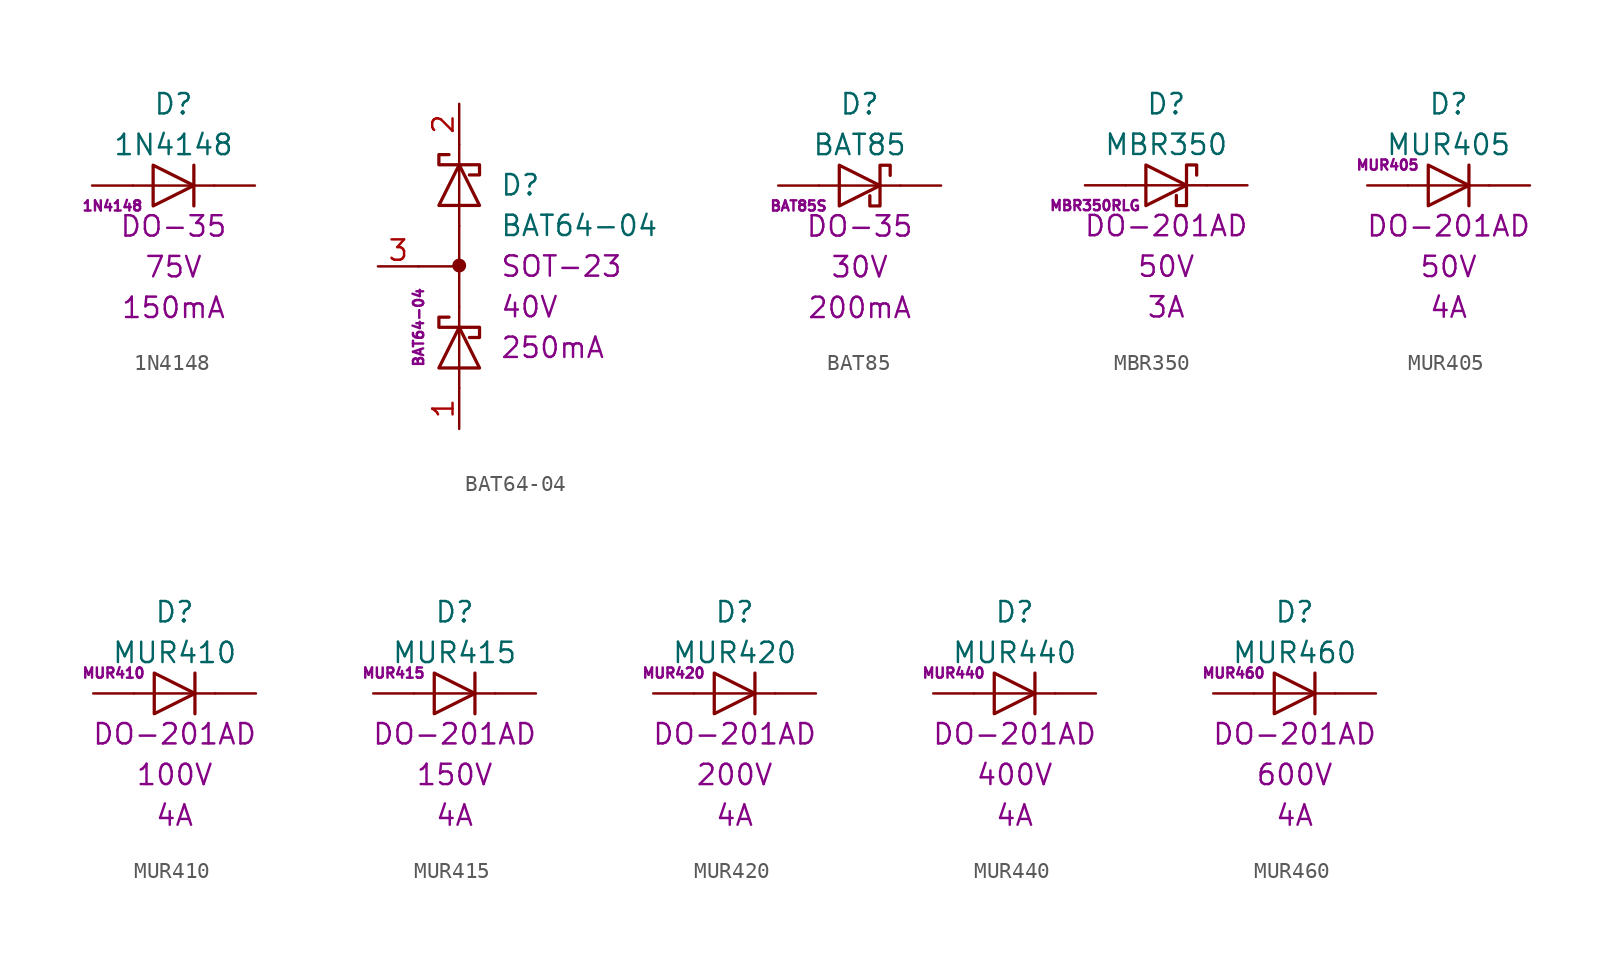
<source format=kicad_sym>
(kicad_symbol_lib
  (version 20201005)
  (generator kicad_symbol_editor)
  (symbol "D:1N4148"
    (pin_numbers hide)
    (pin_names
      (offset 1.016) hide)
    (property "Reference" "D"
      (at 0 5.08 0)
      (effects (font (size 1.27 1.27))))
    (property "Value" "1N4148"
      (at 0 2.54 0)
      (effects (font (size 1.27 1.27))))
    (property "Package" "DO-35"
      (at 0 -2.54 0)
      (effects (font (size 1.27 1.27))))
    (property "Voltage" "75V"
      (at 0 -5.08 0)
      (effects (font (size 1.27 1.27))))
    (property "Current" "150mA"
      (at 0 -7.62 0)
      (effects (font (size 1.27 1.27))))
    (property "MPN" "1N4148"
      (at -3.81 -1.27 0)
      (effects (font (size 0.635 0.635))))
    (symbol "1N4148_0_1"
      (polyline (pts (xy -2.54 0) (xy -1.27 0)) (stroke (width 0)) (fill (type none)))
      (polyline (pts (xy -1.27 0) (xy 1.27 0)) (stroke (width 0)) (fill (type none)))
      (polyline (pts (xy 1.27 1.27) (xy 1.27 -1.27)) (stroke (width 0.203)) (fill (type none)))
      (polyline (pts (xy 2.54 0) (xy 1.27 0)) (stroke (width 0)) (fill (type none)))
      (polyline (pts (xy -1.27 1.27) (xy -1.27 -1.27) (xy 1.27 0) (xy -1.27 1.27)) (stroke (width 0.203)) (fill (type none))))
    (symbol "1N4148_1_1"
      (pin passive line (at 5.08 0 180) (length 2.54) (name "K" (effects (font (size 1.27 1.27)))) (number "1" (effects (font (size 1.27 1.27)))))
      (pin passive line (at -5.08 0 0) (length 2.54) (name "A" (effects (font (size 1.27 1.27)))) (number "2" (effects (font (size 1.27 1.27)))))))
  (symbol "D:BAT64-04"
    (pin_names
      (offset 1.016) hide)
    (property "Reference" "D"
      (at 2.54 5.08 0)
      (effects (font (size 1.27 1.27)) (justify left)))
    (property "Value" "BAT64-04"
      (at 2.54 2.54 0)
      (effects (font (size 1.27 1.27)) (justify left)))
    (property "Package" "SOT-23"
      (at 2.54 0 0)
      (effects (font (size 1.27 1.27)) (justify left)))
    (property "Voltage" "40V"
      (at 2.54 -2.54 0)
      (effects (font (size 1.27 1.27)) (justify left)))
    (property "Current" "250mA"
      (at 2.54 -5.08 0)
      (effects (font (size 1.27 1.27)) (justify left)))
    (property "MPN" "BAT64-04"
      (at -2.54 -3.81 90)
      (effects (font (size 0.635 0.635))))
    (symbol "BAT64-04_0_1"
      (circle (center 0 0.051) (radius 0.356) (stroke (width 0.152)) (fill (type outline)))
      (polyline (pts (xy -2.54 0) (xy 0 0)) (stroke (width 0.152)) (fill (type none)))
      (polyline (pts (xy 0 -7.62) (xy 0 -6.35)) (stroke (width 0)) (fill (type none)))
      (polyline (pts (xy 0 -6.35) (xy 0 -3.81)) (stroke (width 0)) (fill (type none)))
      (polyline (pts (xy 0 -2.54) (xy 0 -3.81)) (stroke (width 0)) (fill (type none)))
      (polyline (pts (xy 0 -2.54) (xy 0 2.54)) (stroke (width 0.152)) (fill (type none)))
      (polyline (pts (xy 0 2.54) (xy 0 3.81)) (stroke (width 0)) (fill (type none)))
      (polyline (pts (xy 0 3.81) (xy 0 6.35)) (stroke (width 0)) (fill (type none)))
      (polyline (pts (xy 0 7.62) (xy 0 6.35)) (stroke (width 0)) (fill (type none)))
      (polyline (pts (xy -1.27 -6.35) (xy 1.27 -6.35) (xy 0 -3.81) (xy -1.27 -6.35)) (stroke (width 0.203)) (fill (type none)))
      (polyline (pts (xy -1.27 3.81) (xy 1.27 3.81) (xy 0 6.35) (xy -1.27 3.81)) (stroke (width 0.203)) (fill (type none)))
      (polyline (pts (xy -0.635 -3.175) (xy -1.27 -3.175) (xy -1.27 -3.81) (xy 1.27 -3.81) (xy 1.27 -4.445) (xy 0.635 -4.445)) (stroke (width 0.203)) (fill (type none)))
      (polyline (pts (xy -0.635 6.985) (xy -1.27 6.985) (xy -1.27 6.35) (xy 1.27 6.35) (xy 1.27 5.715) (xy 0.635 5.715)) (stroke (width 0.203)) (fill (type none))))
    (symbol "BAT64-04_1_1"
      (pin passive line (at 0 -10.16 90) (length 2.54) (name "A" (effects (font (size 1.27 1.27)))) (number "1" (effects (font (size 1.27 1.27)))))
      (pin passive line (at 0 10.16 270) (length 2.54) (name "K" (effects (font (size 1.27 1.27)))) (number "2" (effects (font (size 1.27 1.27)))))
      (pin passive line (at -5.08 0 0) (length 2.54) (name "M" (effects (font (size 1.27 1.27)))) (number "3" (effects (font (size 1.27 1.27)))))))
  (symbol "D:BAT85"
    (pin_numbers hide)
    (pin_names
      (offset 1.016) hide)
    (property "Reference" "D"
      (at 0 5.08 0)
      (effects (font (size 1.27 1.27))))
    (property "Value" "BAT85"
      (at 0 2.54 0)
      (effects (font (size 1.27 1.27))))
    (property "Package" "DO-35"
      (at 0 -2.54 0)
      (effects (font (size 1.27 1.27))))
    (property "Voltage" "30V"
      (at 0 -5.08 0)
      (effects (font (size 1.27 1.27))))
    (property "Current" "200mA"
      (at 0 -7.62 0)
      (effects (font (size 1.27 1.27))))
    (property "MPN" "BAT85S"
      (at -3.81 -1.27 0)
      (effects (font (size 0.635 0.635))))
    (symbol "BAT85_0_1"
      (polyline (pts (xy -2.54 0) (xy -1.27 0)) (stroke (width 0)) (fill (type none)))
      (polyline (pts (xy -1.27 0) (xy 1.27 0)) (stroke (width 0)) (fill (type none)))
      (polyline (pts (xy 2.54 0) (xy 1.27 0)) (stroke (width 0)) (fill (type none)))
      (polyline (pts (xy -1.27 1.27) (xy -1.27 -1.27) (xy 1.27 0) (xy -1.27 1.27)) (stroke (width 0.203)) (fill (type none)))
      (polyline (pts (xy 1.905 0.635) (xy 1.905 1.27) (xy 1.27 1.27) (xy 1.27 -1.27) (xy 0.635 -1.27) (xy 0.635 -0.635)) (stroke (width 0.203)) (fill (type none))))
    (symbol "BAT85_1_1"
      (pin passive line (at 5.08 0 180) (length 2.54) (name "K" (effects (font (size 1.27 1.27)))) (number "1" (effects (font (size 1.27 1.27)))))
      (pin passive line (at -5.08 0 0) (length 2.54) (name "A" (effects (font (size 1.27 1.27)))) (number "2" (effects (font (size 1.27 1.27)))))))
  (symbol "D:MBR350"
    (pin_numbers hide)
    (pin_names
      (offset 1.016) hide)
    (property "Reference" "D"
      (at 0 5.08 0)
      (effects (font (size 1.27 1.27))))
    (property "Value" "MBR350"
      (at 0 2.54 0)
      (effects (font (size 1.27 1.27))))
    (property "Package" "DO-201AD"
      (at 0 -2.54 0)
      (effects (font (size 1.27 1.27))))
    (property "Voltage" "50V"
      (at 0 -5.08 0)
      (effects (font (size 1.27 1.27))))
    (property "Current" "3A"
      (at 0 -7.62 0)
      (effects (font (size 1.27 1.27))))
    (property "MPN" "MBR350RLG"
      (at -4.445 -1.27 0)
      (effects (font (size 0.635 0.635))))
    (symbol "MBR350_0_1"
      (polyline (pts (xy -2.54 0) (xy -1.27 0)) (stroke (width 0)) (fill (type none)))
      (polyline (pts (xy -1.27 0) (xy 1.27 0)) (stroke (width 0)) (fill (type none)))
      (polyline (pts (xy 2.54 0) (xy 1.27 0)) (stroke (width 0)) (fill (type none)))
      (polyline (pts (xy -1.27 1.27) (xy -1.27 -1.27) (xy 1.27 0) (xy -1.27 1.27)) (stroke (width 0.203)) (fill (type none)))
      (polyline (pts (xy 1.905 0.635) (xy 1.905 1.27) (xy 1.27 1.27) (xy 1.27 -1.27) (xy 0.635 -1.27) (xy 0.635 -0.635)) (stroke (width 0.203)) (fill (type none))))
    (symbol "MBR350_1_1"
      (pin passive line (at 5.08 0 180) (length 2.54) (name "K" (effects (font (size 1.27 1.27)))) (number "1" (effects (font (size 1.27 1.27)))))
      (pin passive line (at -5.08 0 0) (length 2.54) (name "A" (effects (font (size 1.27 1.27)))) (number "2" (effects (font (size 1.27 1.27)))))))
  (symbol "D:MUR405"
    (pin_numbers hide)
    (pin_names
      (offset 1.016) hide)
    (property "Reference" "D"
      (at 0 5.08 0)
      (effects (font (size 1.27 1.27))))
    (property "Value" "MUR405"
      (at 0 2.54 0)
      (effects (font (size 1.27 1.27))))
    (property "Package" "DO-201AD"
      (at 0 -2.54 0)
      (effects (font (size 1.27 1.27))))
    (property "Voltage" "50V"
      (at 0 -5.08 0)
      (effects (font (size 1.27 1.27))))
    (property "Current" "4A"
      (at 0 -7.62 0)
      (effects (font (size 1.27 1.27))))
    (property "MPN" "MUR405"
      (at -3.81 1.27 0)
      (effects (font (size 0.635 0.635))))
    (symbol "MUR405_0_1"
      (polyline (pts (xy -2.54 0) (xy -1.27 0)) (stroke (width 0)) (fill (type none)))
      (polyline (pts (xy -1.27 0) (xy 1.27 0)) (stroke (width 0)) (fill (type none)))
      (polyline (pts (xy 1.27 1.27) (xy 1.27 -1.27)) (stroke (width 0.203)) (fill (type none)))
      (polyline (pts (xy 2.54 0) (xy 1.27 0)) (stroke (width 0)) (fill (type none)))
      (polyline (pts (xy -1.27 1.27) (xy -1.27 -1.27) (xy 1.27 0) (xy -1.27 1.27)) (stroke (width 0.203)) (fill (type none))))
    (symbol "MUR405_1_1"
      (pin passive line (at 5.08 0 180) (length 2.54) (name "K" (effects (font (size 1.27 1.27)))) (number "1" (effects (font (size 1.27 1.27)))))
      (pin passive line (at -5.08 0 0) (length 2.54) (name "A" (effects (font (size 1.27 1.27)))) (number "2" (effects (font (size 1.27 1.27)))))))
  (symbol "D:MUR410"
    (pin_numbers hide)
    (pin_names
      (offset 1.016) hide)
    (property "Reference" "D"
      (at 0 5.08 0)
      (effects (font (size 1.27 1.27))))
    (property "Value" "MUR410"
      (at 0 2.54 0)
      (effects (font (size 1.27 1.27))))
    (property "Package" "DO-201AD"
      (at 0 -2.54 0)
      (effects (font (size 1.27 1.27))))
    (property "Voltage" "100V"
      (at 0 -5.08 0)
      (effects (font (size 1.27 1.27))))
    (property "Current" "4A"
      (at 0 -7.62 0)
      (effects (font (size 1.27 1.27))))
    (property "MPN" "MUR410"
      (at -3.81 1.27 0)
      (effects (font (size 0.635 0.635))))
    (symbol "MUR410_0_1"
      (polyline (pts (xy -2.54 0) (xy -1.27 0)) (stroke (width 0)) (fill (type none)))
      (polyline (pts (xy -1.27 0) (xy 1.27 0)) (stroke (width 0)) (fill (type none)))
      (polyline (pts (xy 1.27 1.27) (xy 1.27 -1.27)) (stroke (width 0.203)) (fill (type none)))
      (polyline (pts (xy 2.54 0) (xy 1.27 0)) (stroke (width 0)) (fill (type none)))
      (polyline (pts (xy -1.27 1.27) (xy -1.27 -1.27) (xy 1.27 0) (xy -1.27 1.27)) (stroke (width 0.203)) (fill (type none))))
    (symbol "MUR410_1_1"
      (pin passive line (at 5.08 0 180) (length 2.54) (name "K" (effects (font (size 1.27 1.27)))) (number "1" (effects (font (size 1.27 1.27)))))
      (pin passive line (at -5.08 0 0) (length 2.54) (name "A" (effects (font (size 1.27 1.27)))) (number "2" (effects (font (size 1.27 1.27)))))))
  (symbol "D:MUR415"
    (pin_numbers hide)
    (pin_names
      (offset 1.016) hide)
    (property "Reference" "D"
      (at 0 5.08 0)
      (effects (font (size 1.27 1.27))))
    (property "Value" "MUR415"
      (at 0 2.54 0)
      (effects (font (size 1.27 1.27))))
    (property "Package" "DO-201AD"
      (at 0 -2.54 0)
      (effects (font (size 1.27 1.27))))
    (property "Voltage" "150V"
      (at 0 -5.08 0)
      (effects (font (size 1.27 1.27))))
    (property "Current" "4A"
      (at 0 -7.62 0)
      (effects (font (size 1.27 1.27))))
    (property "MPN" "MUR415"
      (at -3.81 1.27 0)
      (effects (font (size 0.635 0.635))))
    (symbol "MUR415_0_1"
      (polyline (pts (xy -2.54 0) (xy -1.27 0)) (stroke (width 0)) (fill (type none)))
      (polyline (pts (xy -1.27 0) (xy 1.27 0)) (stroke (width 0)) (fill (type none)))
      (polyline (pts (xy 1.27 1.27) (xy 1.27 -1.27)) (stroke (width 0.203)) (fill (type none)))
      (polyline (pts (xy 2.54 0) (xy 1.27 0)) (stroke (width 0)) (fill (type none)))
      (polyline (pts (xy -1.27 1.27) (xy -1.27 -1.27) (xy 1.27 0) (xy -1.27 1.27)) (stroke (width 0.203)) (fill (type none))))
    (symbol "MUR415_1_1"
      (pin passive line (at 5.08 0 180) (length 2.54) (name "K" (effects (font (size 1.27 1.27)))) (number "1" (effects (font (size 1.27 1.27)))))
      (pin passive line (at -5.08 0 0) (length 2.54) (name "A" (effects (font (size 1.27 1.27)))) (number "2" (effects (font (size 1.27 1.27)))))))
  (symbol "D:MUR420"
    (pin_numbers hide)
    (pin_names
      (offset 1.016) hide)
    (property "Reference" "D"
      (at 0 5.08 0)
      (effects (font (size 1.27 1.27))))
    (property "Value" "MUR420"
      (at 0 2.54 0)
      (effects (font (size 1.27 1.27))))
    (property "Package" "DO-201AD"
      (at 0 -2.54 0)
      (effects (font (size 1.27 1.27))))
    (property "Voltage" "200V"
      (at 0 -5.08 0)
      (effects (font (size 1.27 1.27))))
    (property "Current" "4A"
      (at 0 -7.62 0)
      (effects (font (size 1.27 1.27))))
    (property "MPN" "MUR420"
      (at -3.81 1.27 0)
      (effects (font (size 0.635 0.635))))
    (symbol "MUR420_0_1"
      (polyline (pts (xy -2.54 0) (xy -1.27 0)) (stroke (width 0)) (fill (type none)))
      (polyline (pts (xy -1.27 0) (xy 1.27 0)) (stroke (width 0)) (fill (type none)))
      (polyline (pts (xy 1.27 1.27) (xy 1.27 -1.27)) (stroke (width 0.203)) (fill (type none)))
      (polyline (pts (xy 2.54 0) (xy 1.27 0)) (stroke (width 0)) (fill (type none)))
      (polyline (pts (xy -1.27 1.27) (xy -1.27 -1.27) (xy 1.27 0) (xy -1.27 1.27)) (stroke (width 0.203)) (fill (type none))))
    (symbol "MUR420_1_1"
      (pin passive line (at 5.08 0 180) (length 2.54) (name "K" (effects (font (size 1.27 1.27)))) (number "1" (effects (font (size 1.27 1.27)))))
      (pin passive line (at -5.08 0 0) (length 2.54) (name "A" (effects (font (size 1.27 1.27)))) (number "2" (effects (font (size 1.27 1.27)))))))
  (symbol "D:MUR440"
    (pin_numbers hide)
    (pin_names
      (offset 1.016) hide)
    (property "Reference" "D"
      (at 0 5.08 0)
      (effects (font (size 1.27 1.27))))
    (property "Value" "MUR440"
      (at 0 2.54 0)
      (effects (font (size 1.27 1.27))))
    (property "Package" "DO-201AD"
      (at 0 -2.54 0)
      (effects (font (size 1.27 1.27))))
    (property "Voltage" "400V"
      (at 0 -5.08 0)
      (effects (font (size 1.27 1.27))))
    (property "Current" "4A"
      (at 0 -7.62 0)
      (effects (font (size 1.27 1.27))))
    (property "MPN" "MUR440"
      (at -3.81 1.27 0)
      (effects (font (size 0.635 0.635))))
    (symbol "MUR440_0_1"
      (polyline (pts (xy -2.54 0) (xy -1.27 0)) (stroke (width 0)) (fill (type none)))
      (polyline (pts (xy -1.27 0) (xy 1.27 0)) (stroke (width 0)) (fill (type none)))
      (polyline (pts (xy 1.27 1.27) (xy 1.27 -1.27)) (stroke (width 0.203)) (fill (type none)))
      (polyline (pts (xy 2.54 0) (xy 1.27 0)) (stroke (width 0)) (fill (type none)))
      (polyline (pts (xy -1.27 1.27) (xy -1.27 -1.27) (xy 1.27 0) (xy -1.27 1.27)) (stroke (width 0.203)) (fill (type none))))
    (symbol "MUR440_1_1"
      (pin passive line (at 5.08 0 180) (length 2.54) (name "K" (effects (font (size 1.27 1.27)))) (number "1" (effects (font (size 1.27 1.27)))))
      (pin passive line (at -5.08 0 0) (length 2.54) (name "A" (effects (font (size 1.27 1.27)))) (number "2" (effects (font (size 1.27 1.27)))))))
  (symbol "D:MUR460"
    (pin_numbers hide)
    (pin_names
      (offset 1.016) hide)
    (property "Reference" "D"
      (at 0 5.08 0)
      (effects (font (size 1.27 1.27))))
    (property "Value" "MUR460"
      (at 0 2.54 0)
      (effects (font (size 1.27 1.27))))
    (property "Package" "DO-201AD"
      (at 0 -2.54 0)
      (effects (font (size 1.27 1.27))))
    (property "Voltage" "600V"
      (at 0 -5.08 0)
      (effects (font (size 1.27 1.27))))
    (property "Current" "4A"
      (at 0 -7.62 0)
      (effects (font (size 1.27 1.27))))
    (property "MPN" "MUR460"
      (at -3.81 1.27 0)
      (effects (font (size 0.635 0.635))))
    (symbol "MUR460_0_1"
      (polyline (pts (xy -2.54 0) (xy -1.27 0)) (stroke (width 0)) (fill (type none)))
      (polyline (pts (xy -1.27 0) (xy 1.27 0)) (stroke (width 0)) (fill (type none)))
      (polyline (pts (xy 1.27 1.27) (xy 1.27 -1.27)) (stroke (width 0.203)) (fill (type none)))
      (polyline (pts (xy 2.54 0) (xy 1.27 0)) (stroke (width 0)) (fill (type none)))
      (polyline (pts (xy -1.27 1.27) (xy -1.27 -1.27) (xy 1.27 0) (xy -1.27 1.27)) (stroke (width 0.203)) (fill (type none))))
    (symbol "MUR460_1_1"
      (pin passive line (at 5.08 0 180) (length 2.54) (name "K" (effects (font (size 1.27 1.27)))) (number "1" (effects (font (size 1.27 1.27)))))
      (pin passive line (at -5.08 0 0) (length 2.54) (name "A" (effects (font (size 1.27 1.27)))) (number "2" (effects (font (size 1.27 1.27))))))))
</source>
